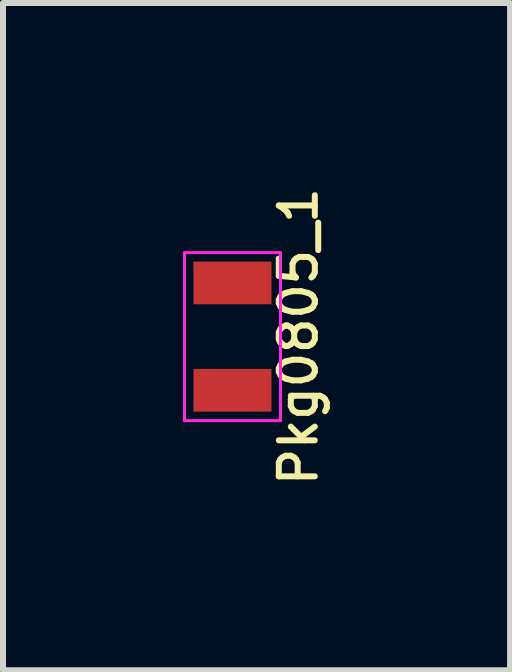
<source format=kicad_pcb>
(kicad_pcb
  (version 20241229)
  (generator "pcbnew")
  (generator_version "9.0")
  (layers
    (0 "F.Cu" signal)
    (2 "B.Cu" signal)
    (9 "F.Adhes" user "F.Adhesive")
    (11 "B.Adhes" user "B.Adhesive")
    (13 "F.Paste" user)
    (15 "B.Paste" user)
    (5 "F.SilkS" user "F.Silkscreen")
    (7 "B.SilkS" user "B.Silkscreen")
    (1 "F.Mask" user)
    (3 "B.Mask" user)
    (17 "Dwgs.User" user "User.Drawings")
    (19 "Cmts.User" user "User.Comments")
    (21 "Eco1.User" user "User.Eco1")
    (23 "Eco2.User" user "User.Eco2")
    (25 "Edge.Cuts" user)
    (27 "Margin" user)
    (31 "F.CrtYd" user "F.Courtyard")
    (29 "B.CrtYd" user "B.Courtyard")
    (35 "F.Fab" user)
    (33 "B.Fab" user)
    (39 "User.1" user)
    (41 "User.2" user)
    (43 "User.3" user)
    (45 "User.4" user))
  (footprint "Pkg0805_1"
    (layer "F.Cu")
    (at 0.825 2.561)
    (property "Reference" "Pkg0805_1" (at 1.1 0 90) (layer "F.SilkS") (effects (font (size 0.6 0.6) (thickness 0.1))))
    (fp_line (start -0.8 -1.4) (end -0.8 1.4) (stroke (width 0.05) (type solid)) (layer "F.CrtYd"))
    (fp_line (start -0.8 1.4) (end 0.8 1.4) (stroke (width 0.05) (type solid)) (layer "F.CrtYd"))
    (fp_line (start 0.8 -1.4) (end -0.8 -1.4) (stroke (width 0.05) (type solid)) (layer "F.CrtYd"))
    (fp_line (start 0.8 1.4) (end 0.8 -1.4) (stroke (width 0.05) (type solid)) (layer "F.CrtYd"))
    (pad "1" smd rect (at 0 -0.895) (size 1.3 0.711) (layers "F.Cu" "F.Mask" "F.Paste"))
    (pad "2" smd rect (at 0 0.895) (size 1.3 0.711) (layers "F.Cu" "F.Mask" "F.Paste")))
  (gr_rect
    (start -3 -3)
    (end 5.452 8.123)
    (stroke (width 0.1) (type default))
    (fill no)
    (layer "Edge.Cuts")))
</source>
